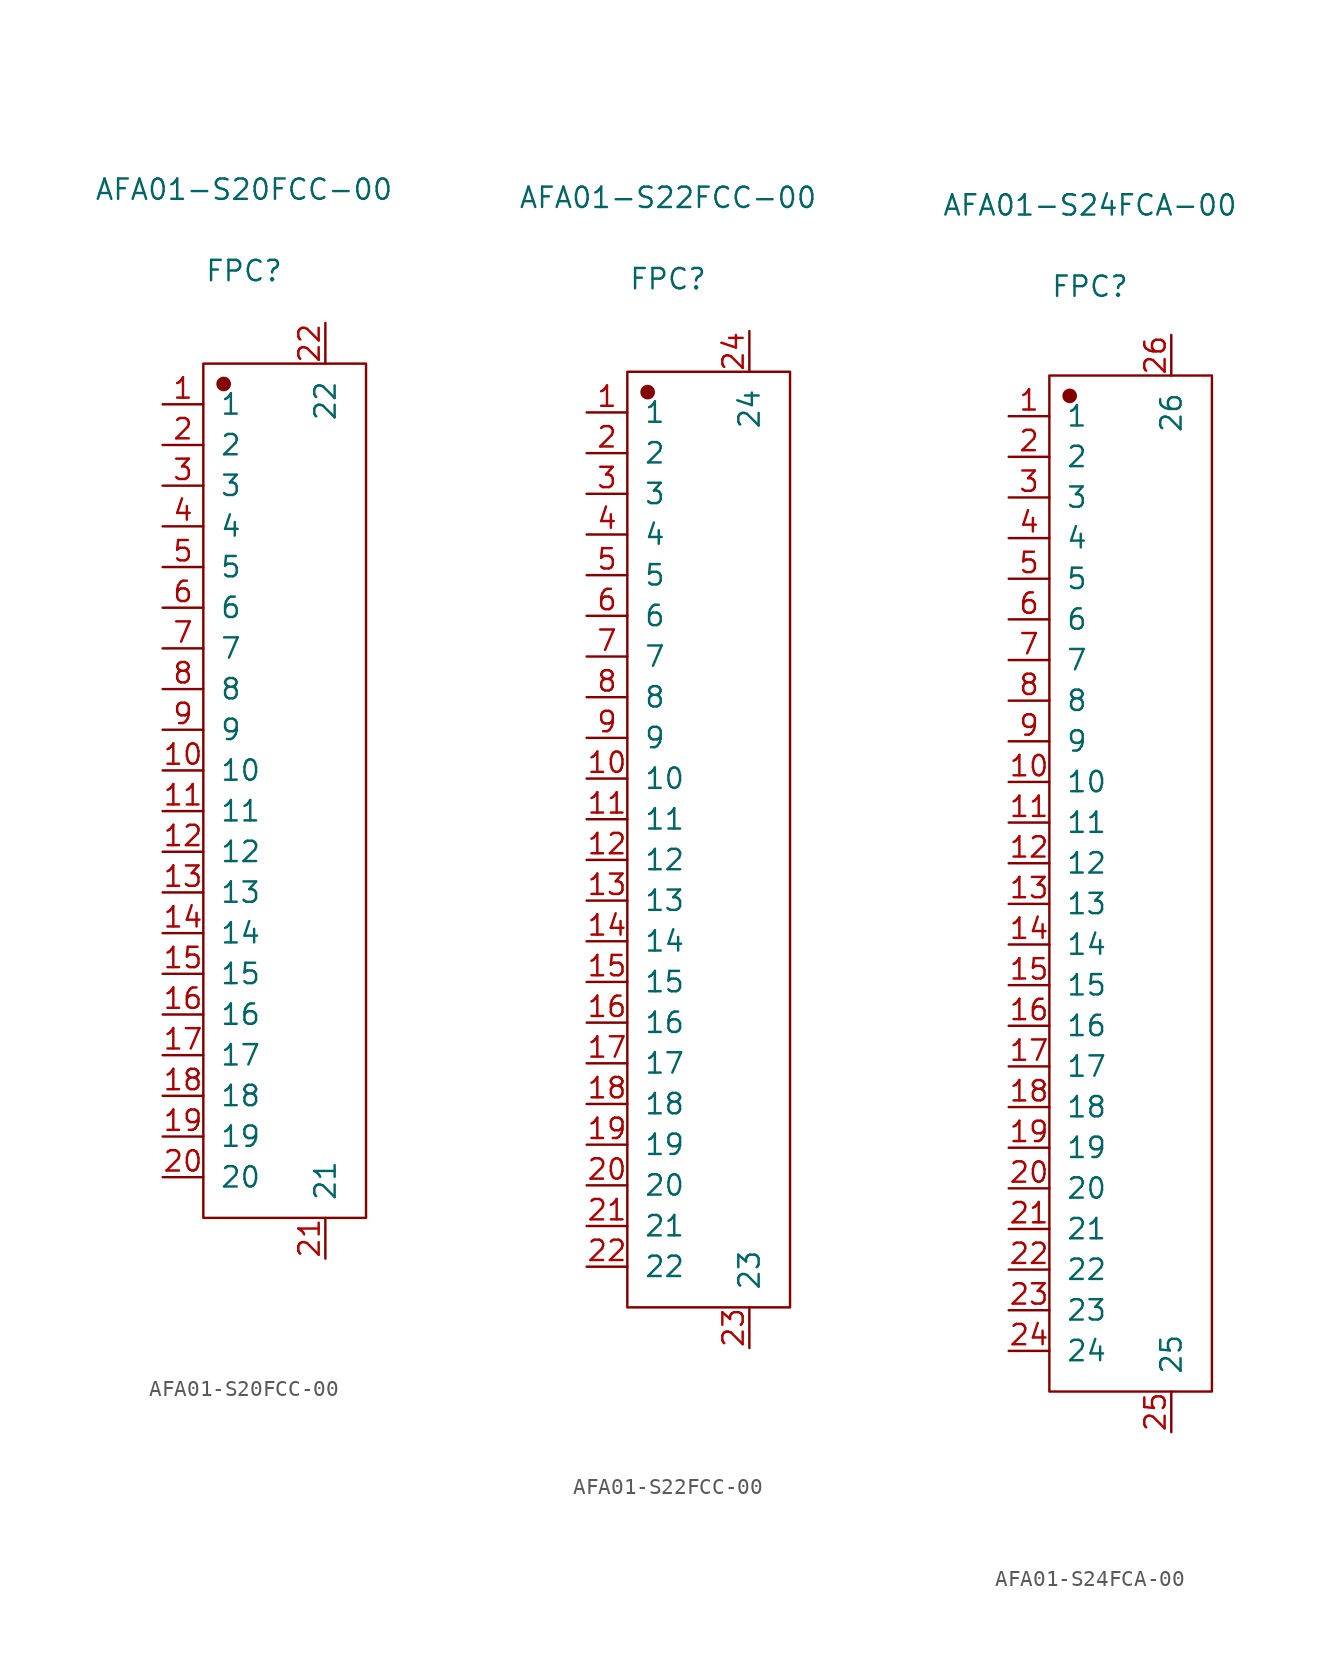
<source format=kicad_sym>
(kicad_symbol_lib
  (version 20220914)
  (generator kicad_symbol_editor)
  (symbol "AFA01-S20FCC-00"
    (pin_names
      (offset 1.016))
    (property "Reference" "FPC"
      (at 0 33.731 0)
      (effects (font (size 1.27 1.27))))
    (property "Value" "AFA01-S20FCC-00"
      (at 0 38.811 0)
      (effects (font (size 1.27 1.27))))
    (symbol "AFA01-S20FCC-00_1_1"
      (rectangle (start -2.54 27.94) (end 7.62 -25.4) (stroke (width 0.152) (type solid)) (fill (type none)))
      (circle (center -1.27 26.67) (radius 0.381) (stroke (width 0.152) (type solid)) (fill (type outline)))
      (pin input line (at -5.08 25.4 0) (length 2.54) (name "1" (effects (font (size 1.27 1.27)))) (number "1" (effects (font (size 1.27 1.27)))))
      (pin input line (at -5.08 2.54 0) (length 2.54) (name "10" (effects (font (size 1.27 1.27)))) (number "10" (effects (font (size 1.27 1.27)))))
      (pin input line (at -5.08 0 0) (length 2.54) (name "11" (effects (font (size 1.27 1.27)))) (number "11" (effects (font (size 1.27 1.27)))))
      (pin input line (at -5.08 -2.54 0) (length 2.54) (name "12" (effects (font (size 1.27 1.27)))) (number "12" (effects (font (size 1.27 1.27)))))
      (pin input line (at -5.08 -5.08 0) (length 2.54) (name "13" (effects (font (size 1.27 1.27)))) (number "13" (effects (font (size 1.27 1.27)))))
      (pin input line (at -5.08 -7.62 0) (length 2.54) (name "14" (effects (font (size 1.27 1.27)))) (number "14" (effects (font (size 1.27 1.27)))))
      (pin input line (at -5.08 -10.16 0) (length 2.54) (name "15" (effects (font (size 1.27 1.27)))) (number "15" (effects (font (size 1.27 1.27)))))
      (pin input line (at -5.08 -12.7 0) (length 2.54) (name "16" (effects (font (size 1.27 1.27)))) (number "16" (effects (font (size 1.27 1.27)))))
      (pin input line (at -5.08 -15.24 0) (length 2.54) (name "17" (effects (font (size 1.27 1.27)))) (number "17" (effects (font (size 1.27 1.27)))))
      (pin input line (at -5.08 -17.78 0) (length 2.54) (name "18" (effects (font (size 1.27 1.27)))) (number "18" (effects (font (size 1.27 1.27)))))
      (pin input line (at -5.08 -20.32 0) (length 2.54) (name "19" (effects (font (size 1.27 1.27)))) (number "19" (effects (font (size 1.27 1.27)))))
      (pin input line (at -5.08 22.86 0) (length 2.54) (name "2" (effects (font (size 1.27 1.27)))) (number "2" (effects (font (size 1.27 1.27)))))
      (pin input line (at -5.08 -22.86 0) (length 2.54) (name "20" (effects (font (size 1.27 1.27)))) (number "20" (effects (font (size 1.27 1.27)))))
      (pin input line (at 5.08 -27.94 90) (length 2.54) (name "21" (effects (font (size 1.27 1.27)))) (number "21" (effects (font (size 1.27 1.27)))))
      (pin input line (at 5.08 30.48 270) (length 2.54) (name "22" (effects (font (size 1.27 1.27)))) (number "22" (effects (font (size 1.27 1.27)))))
      (pin input line (at -5.08 20.32 0) (length 2.54) (name "3" (effects (font (size 1.27 1.27)))) (number "3" (effects (font (size 1.27 1.27)))))
      (pin input line (at -5.08 17.78 0) (length 2.54) (name "4" (effects (font (size 1.27 1.27)))) (number "4" (effects (font (size 1.27 1.27)))))
      (pin input line (at -5.08 15.24 0) (length 2.54) (name "5" (effects (font (size 1.27 1.27)))) (number "5" (effects (font (size 1.27 1.27)))))
      (pin input line (at -5.08 12.7 0) (length 2.54) (name "6" (effects (font (size 1.27 1.27)))) (number "6" (effects (font (size 1.27 1.27)))))
      (pin input line (at -5.08 10.16 0) (length 2.54) (name "7" (effects (font (size 1.27 1.27)))) (number "7" (effects (font (size 1.27 1.27)))))
      (pin input line (at -5.08 7.62 0) (length 2.54) (name "8" (effects (font (size 1.27 1.27)))) (number "8" (effects (font (size 1.27 1.27)))))
      (pin input line (at -5.08 5.08 0) (length 2.54) (name "9" (effects (font (size 1.27 1.27)))) (number "9" (effects (font (size 1.27 1.27)))))))
  (symbol "AFA01-S22FCC-00"
    (pin_names
      (offset 1.016))
    (property "Reference" "FPC"
      (at 0 36.271 0)
      (effects (font (size 1.27 1.27))))
    (property "Value" "AFA01-S22FCC-00"
      (at 0 41.351 0)
      (effects (font (size 1.27 1.27))))
    (symbol "AFA01-S22FCC-00_1_1"
      (rectangle (start -2.54 30.48) (end 7.62 -27.94) (stroke (width 0.152) (type solid)) (fill (type none)))
      (circle (center -1.27 29.21) (radius 0.381) (stroke (width 0.152) (type solid)) (fill (type outline)))
      (pin input line (at -5.08 27.94 0) (length 2.54) (name "1" (effects (font (size 1.27 1.27)))) (number "1" (effects (font (size 1.27 1.27)))))
      (pin input line (at -5.08 5.08 0) (length 2.54) (name "10" (effects (font (size 1.27 1.27)))) (number "10" (effects (font (size 1.27 1.27)))))
      (pin input line (at -5.08 2.54 0) (length 2.54) (name "11" (effects (font (size 1.27 1.27)))) (number "11" (effects (font (size 1.27 1.27)))))
      (pin input line (at -5.08 0 0) (length 2.54) (name "12" (effects (font (size 1.27 1.27)))) (number "12" (effects (font (size 1.27 1.27)))))
      (pin input line (at -5.08 -2.54 0) (length 2.54) (name "13" (effects (font (size 1.27 1.27)))) (number "13" (effects (font (size 1.27 1.27)))))
      (pin input line (at -5.08 -5.08 0) (length 2.54) (name "14" (effects (font (size 1.27 1.27)))) (number "14" (effects (font (size 1.27 1.27)))))
      (pin input line (at -5.08 -7.62 0) (length 2.54) (name "15" (effects (font (size 1.27 1.27)))) (number "15" (effects (font (size 1.27 1.27)))))
      (pin input line (at -5.08 -10.16 0) (length 2.54) (name "16" (effects (font (size 1.27 1.27)))) (number "16" (effects (font (size 1.27 1.27)))))
      (pin input line (at -5.08 -12.7 0) (length 2.54) (name "17" (effects (font (size 1.27 1.27)))) (number "17" (effects (font (size 1.27 1.27)))))
      (pin input line (at -5.08 -15.24 0) (length 2.54) (name "18" (effects (font (size 1.27 1.27)))) (number "18" (effects (font (size 1.27 1.27)))))
      (pin input line (at -5.08 -17.78 0) (length 2.54) (name "19" (effects (font (size 1.27 1.27)))) (number "19" (effects (font (size 1.27 1.27)))))
      (pin input line (at -5.08 25.4 0) (length 2.54) (name "2" (effects (font (size 1.27 1.27)))) (number "2" (effects (font (size 1.27 1.27)))))
      (pin input line (at -5.08 -20.32 0) (length 2.54) (name "20" (effects (font (size 1.27 1.27)))) (number "20" (effects (font (size 1.27 1.27)))))
      (pin input line (at -5.08 -22.86 0) (length 2.54) (name "21" (effects (font (size 1.27 1.27)))) (number "21" (effects (font (size 1.27 1.27)))))
      (pin input line (at -5.08 -25.4 0) (length 2.54) (name "22" (effects (font (size 1.27 1.27)))) (number "22" (effects (font (size 1.27 1.27)))))
      (pin input line (at 5.08 -30.48 90) (length 2.54) (name "23" (effects (font (size 1.27 1.27)))) (number "23" (effects (font (size 1.27 1.27)))))
      (pin input line (at 5.08 33.02 270) (length 2.54) (name "24" (effects (font (size 1.27 1.27)))) (number "24" (effects (font (size 1.27 1.27)))))
      (pin input line (at -5.08 22.86 0) (length 2.54) (name "3" (effects (font (size 1.27 1.27)))) (number "3" (effects (font (size 1.27 1.27)))))
      (pin input line (at -5.08 20.32 0) (length 2.54) (name "4" (effects (font (size 1.27 1.27)))) (number "4" (effects (font (size 1.27 1.27)))))
      (pin input line (at -5.08 17.78 0) (length 2.54) (name "5" (effects (font (size 1.27 1.27)))) (number "5" (effects (font (size 1.27 1.27)))))
      (pin input line (at -5.08 15.24 0) (length 2.54) (name "6" (effects (font (size 1.27 1.27)))) (number "6" (effects (font (size 1.27 1.27)))))
      (pin input line (at -5.08 12.7 0) (length 2.54) (name "7" (effects (font (size 1.27 1.27)))) (number "7" (effects (font (size 1.27 1.27)))))
      (pin input line (at -5.08 10.16 0) (length 2.54) (name "8" (effects (font (size 1.27 1.27)))) (number "8" (effects (font (size 1.27 1.27)))))
      (pin input line (at -5.08 7.62 0) (length 2.54) (name "9" (effects (font (size 1.27 1.27)))) (number "9" (effects (font (size 1.27 1.27)))))))
  (symbol "AFA01-S24FCA-00"
    (pin_names
      (offset 1.016))
    (property "Reference" "FPC"
      (at 0 38.583 0)
      (effects (font (size 1.27 1.27))))
    (property "Value" "AFA01-S24FCA-00"
      (at 0 43.663 0)
      (effects (font (size 1.27 1.27))))
    (symbol "AFA01-S24FCA-00_1_1"
      (rectangle (start -2.54 33.02) (end 7.62 -30.48) (stroke (width 0.152) (type solid)) (fill (type none)))
      (circle (center -1.27 31.75) (radius 0.381) (stroke (width 0.152) (type solid)) (fill (type outline)))
      (pin input line (at -5.08 30.48 0) (length 2.54) (name "1" (effects (font (size 1.27 1.27)))) (number "1" (effects (font (size 1.27 1.27)))))
      (pin input line (at -5.08 7.62 0) (length 2.54) (name "10" (effects (font (size 1.27 1.27)))) (number "10" (effects (font (size 1.27 1.27)))))
      (pin input line (at -5.08 5.08 0) (length 2.54) (name "11" (effects (font (size 1.27 1.27)))) (number "11" (effects (font (size 1.27 1.27)))))
      (pin input line (at -5.08 2.54 0) (length 2.54) (name "12" (effects (font (size 1.27 1.27)))) (number "12" (effects (font (size 1.27 1.27)))))
      (pin input line (at -5.08 0 0) (length 2.54) (name "13" (effects (font (size 1.27 1.27)))) (number "13" (effects (font (size 1.27 1.27)))))
      (pin input line (at -5.08 -2.54 0) (length 2.54) (name "14" (effects (font (size 1.27 1.27)))) (number "14" (effects (font (size 1.27 1.27)))))
      (pin input line (at -5.08 -5.08 0) (length 2.54) (name "15" (effects (font (size 1.27 1.27)))) (number "15" (effects (font (size 1.27 1.27)))))
      (pin input line (at -5.08 -7.62 0) (length 2.54) (name "16" (effects (font (size 1.27 1.27)))) (number "16" (effects (font (size 1.27 1.27)))))
      (pin input line (at -5.08 -10.16 0) (length 2.54) (name "17" (effects (font (size 1.27 1.27)))) (number "17" (effects (font (size 1.27 1.27)))))
      (pin input line (at -5.08 -12.7 0) (length 2.54) (name "18" (effects (font (size 1.27 1.27)))) (number "18" (effects (font (size 1.27 1.27)))))
      (pin input line (at -5.08 -15.24 0) (length 2.54) (name "19" (effects (font (size 1.27 1.27)))) (number "19" (effects (font (size 1.27 1.27)))))
      (pin input line (at -5.08 27.94 0) (length 2.54) (name "2" (effects (font (size 1.27 1.27)))) (number "2" (effects (font (size 1.27 1.27)))))
      (pin input line (at -5.08 -17.78 0) (length 2.54) (name "20" (effects (font (size 1.27 1.27)))) (number "20" (effects (font (size 1.27 1.27)))))
      (pin input line (at -5.08 -20.32 0) (length 2.54) (name "21" (effects (font (size 1.27 1.27)))) (number "21" (effects (font (size 1.27 1.27)))))
      (pin input line (at -5.08 -22.86 0) (length 2.54) (name "22" (effects (font (size 1.27 1.27)))) (number "22" (effects (font (size 1.27 1.27)))))
      (pin input line (at -5.08 -25.4 0) (length 2.54) (name "23" (effects (font (size 1.27 1.27)))) (number "23" (effects (font (size 1.27 1.27)))))
      (pin input line (at -5.08 -27.94 0) (length 2.54) (name "24" (effects (font (size 1.27 1.27)))) (number "24" (effects (font (size 1.27 1.27)))))
      (pin input line (at 5.08 -33.02 90) (length 2.54) (name "25" (effects (font (size 1.27 1.27)))) (number "25" (effects (font (size 1.27 1.27)))))
      (pin input line (at 5.08 35.56 270) (length 2.54) (name "26" (effects (font (size 1.27 1.27)))) (number "26" (effects (font (size 1.27 1.27)))))
      (pin input line (at -5.08 25.4 0) (length 2.54) (name "3" (effects (font (size 1.27 1.27)))) (number "3" (effects (font (size 1.27 1.27)))))
      (pin input line (at -5.08 22.86 0) (length 2.54) (name "4" (effects (font (size 1.27 1.27)))) (number "4" (effects (font (size 1.27 1.27)))))
      (pin input line (at -5.08 20.32 0) (length 2.54) (name "5" (effects (font (size 1.27 1.27)))) (number "5" (effects (font (size 1.27 1.27)))))
      (pin input line (at -5.08 17.78 0) (length 2.54) (name "6" (effects (font (size 1.27 1.27)))) (number "6" (effects (font (size 1.27 1.27)))))
      (pin input line (at -5.08 15.24 0) (length 2.54) (name "7" (effects (font (size 1.27 1.27)))) (number "7" (effects (font (size 1.27 1.27)))))
      (pin input line (at -5.08 12.7 0) (length 2.54) (name "8" (effects (font (size 1.27 1.27)))) (number "8" (effects (font (size 1.27 1.27)))))
      (pin input line (at -5.08 10.16 0) (length 2.54) (name "9" (effects (font (size 1.27 1.27)))) (number "9" (effects (font (size 1.27 1.27))))))))
</source>
